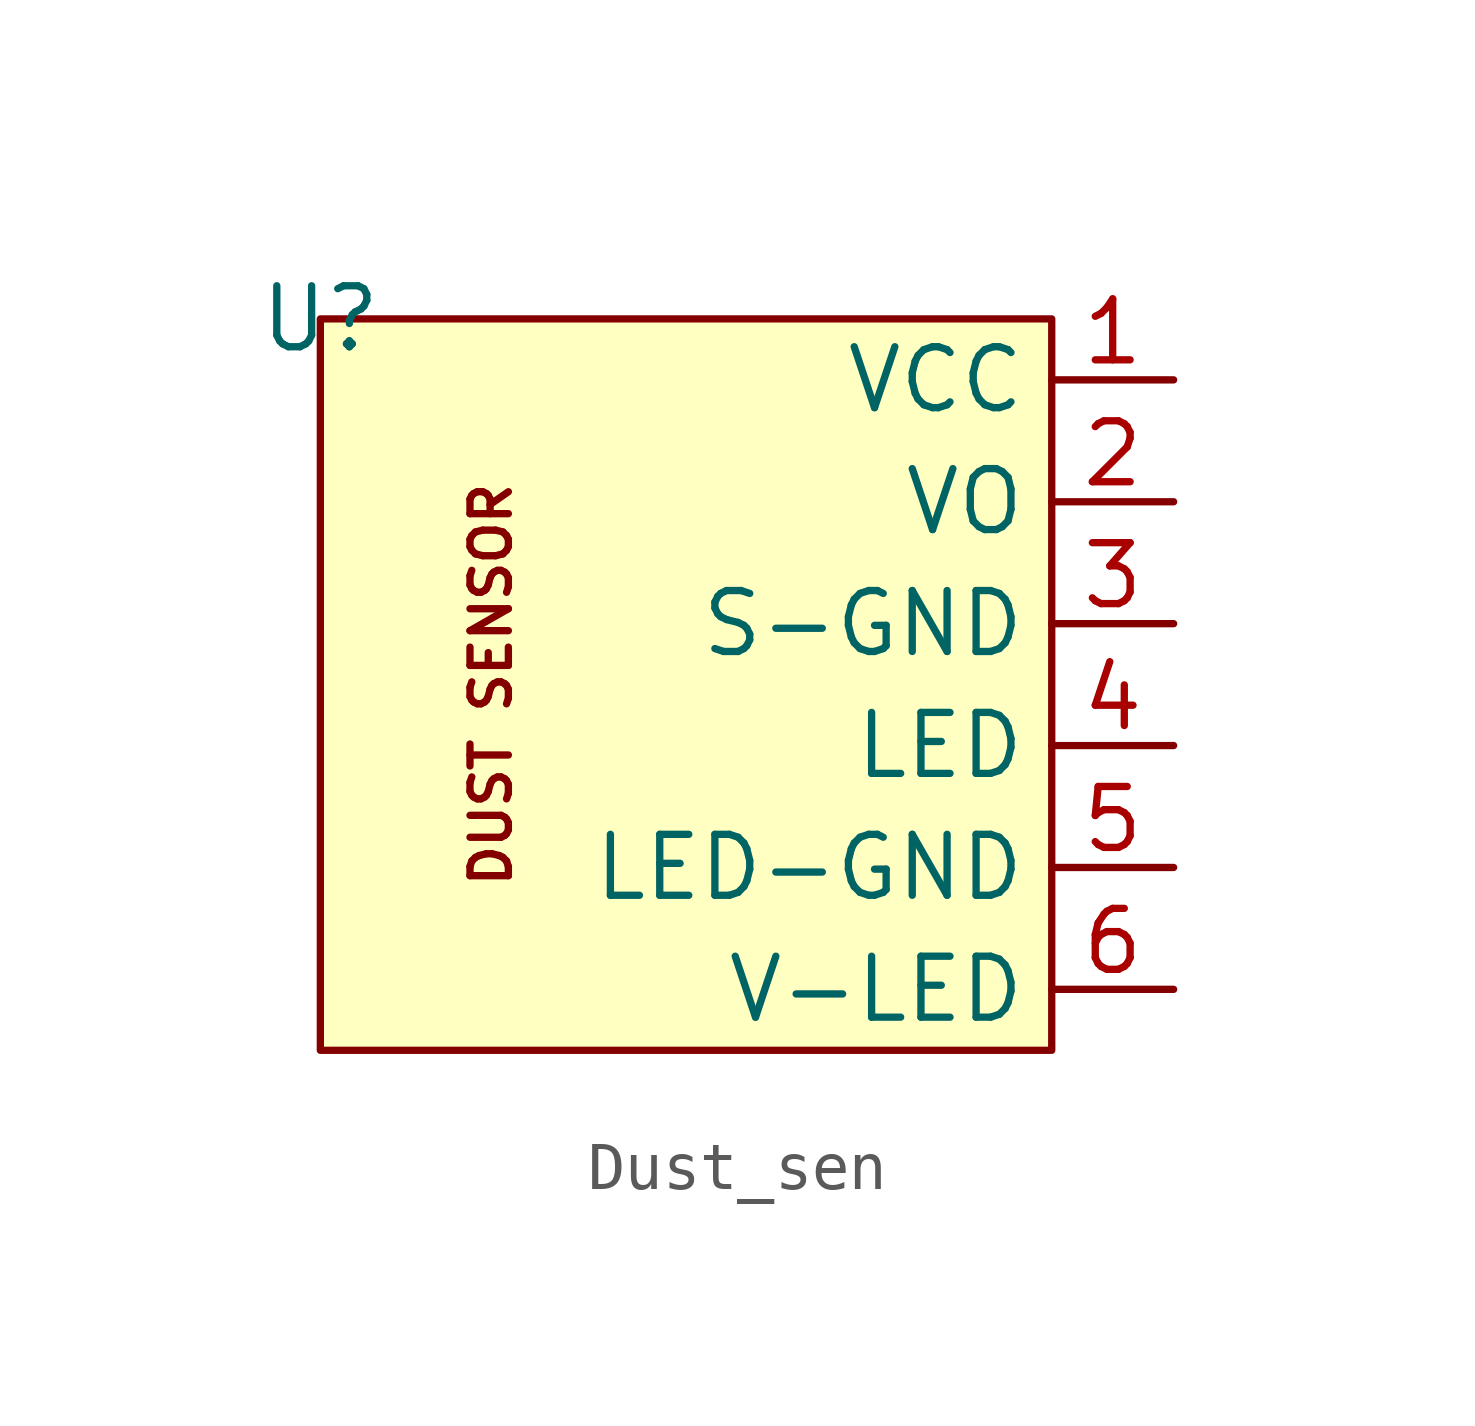
<source format=kicad_sym>
(kicad_symbol_lib
  (version 20241209)
  (generator "kicad_symbol_editor")
  (generator_version "9.0")
  (symbol "Dust_sen"
    (power)
    (property "Reference" "U"
      (at 0 0 0)
      (effects (font (size 1.27 1.27))))
    (property "Value" ""
      (at 0 0 0)
      (effects (font (size 1.27 1.27))))
    (symbol "Dust_sen_1_1"
      (rectangle (start 0 0) (end 15.24 -15.24) (stroke (width 0) (type solid)) (fill (type background)))
      (text "DUST SENSOR\n" (at 3.556 -7.62 900) (effects (font (size 0.8 0.8))))
      (pin power_in line (at 17.78 -1.27 180) (length 2.54) (name "VCC" (effects (font (size 1.27 1.27)))) (number "1" (effects (font (size 1.27 1.27)))))
      (pin power_out line (at 17.78 -3.81 180) (length 2.54) (name "VO" (effects (font (size 1.27 1.27)))) (number "2" (effects (font (size 1.27 1.27)))))
      (pin power_in line (at 17.78 -6.35 180) (length 2.54) (name "S-GND" (effects (font (size 1.27 1.27)))) (number "3" (effects (font (size 1.27 1.27)))))
      (pin output line (at 17.78 -8.89 180) (length 2.54) (name "LED" (effects (font (size 1.27 1.27)))) (number "4" (effects (font (size 1.27 1.27)))))
      (pin output line (at 17.78 -11.43 180) (length 2.54) (name "LED-GND" (effects (font (size 1.27 1.27)))) (number "5" (effects (font (size 1.27 1.27)))))
      (pin output line (at 17.78 -13.97 180) (length 2.54) (name "V-LED" (effects (font (size 1.27 1.27)))) (number "6" (effects (font (size 1.27 1.27))))))))
</source>
